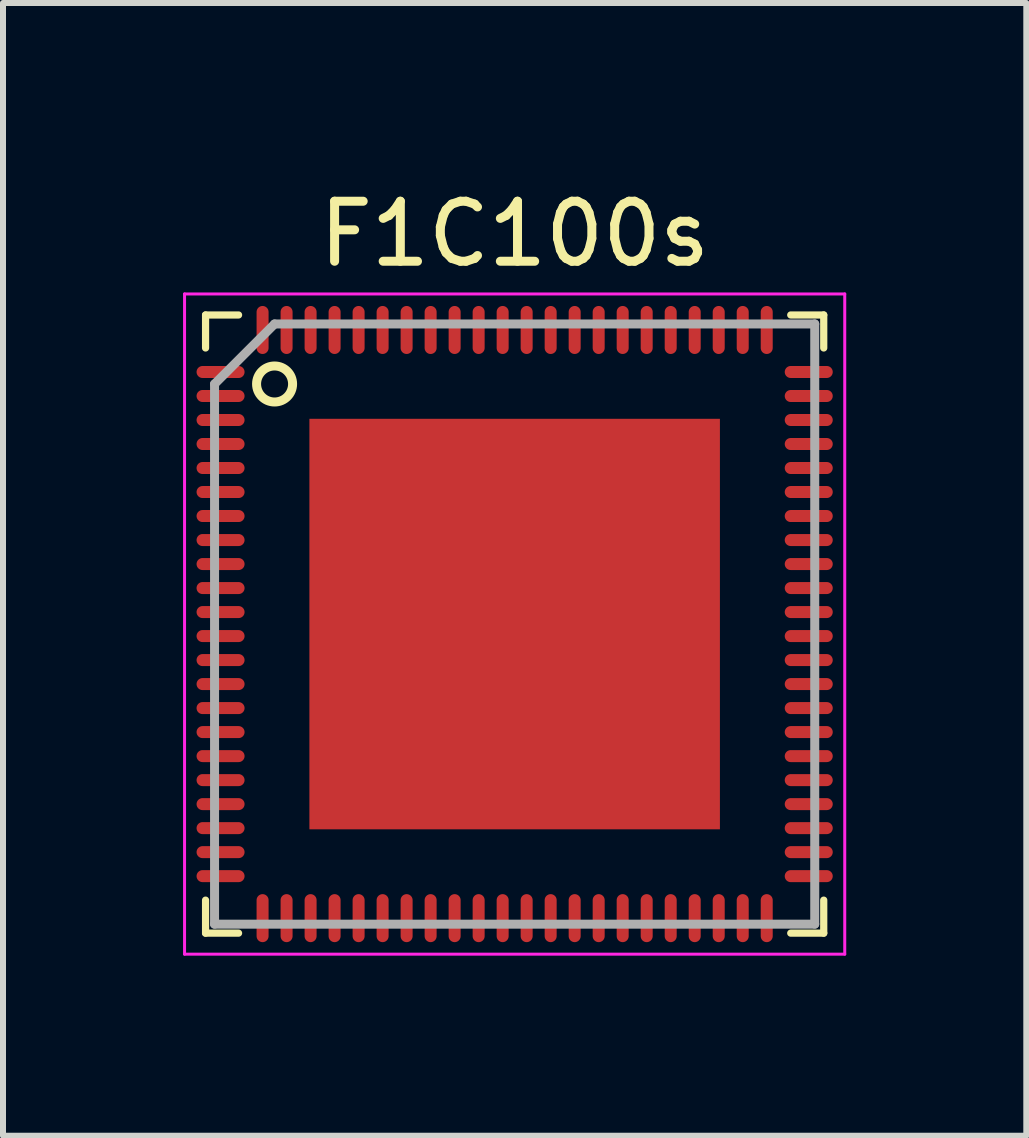
<source format=kicad_pcb>
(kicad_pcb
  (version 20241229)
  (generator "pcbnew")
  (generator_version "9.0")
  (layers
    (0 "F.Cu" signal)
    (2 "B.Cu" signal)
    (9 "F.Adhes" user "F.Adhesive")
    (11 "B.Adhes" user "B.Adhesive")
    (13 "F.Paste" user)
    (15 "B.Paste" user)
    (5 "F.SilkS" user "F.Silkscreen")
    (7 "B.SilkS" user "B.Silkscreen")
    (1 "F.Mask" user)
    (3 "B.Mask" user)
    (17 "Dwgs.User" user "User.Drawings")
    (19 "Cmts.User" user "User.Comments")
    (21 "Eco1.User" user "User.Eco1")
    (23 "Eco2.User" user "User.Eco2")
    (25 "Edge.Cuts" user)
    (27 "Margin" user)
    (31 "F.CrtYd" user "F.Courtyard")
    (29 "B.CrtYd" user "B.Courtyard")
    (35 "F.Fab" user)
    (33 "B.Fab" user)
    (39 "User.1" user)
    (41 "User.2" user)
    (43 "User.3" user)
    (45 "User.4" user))
  (footprint "F1C100s"
    (layer "F.Cu")
    (at 5.525 7.348)
    (property "Reference" "F1C100s" (at 0 -6.5 0) (layer "F.SilkS") (effects (font (size 1 1) (thickness 0.15))))
    (attr smd)
    (fp_line (start -5.15 -4.6) (end -5.15 -5.15) (stroke (width 0.12) (type solid)) (layer "F.SilkS"))
    (fp_line (start -5.15 5.15) (end -5.15 4.6) (stroke (width 0.12) (type solid)) (layer "F.SilkS"))
    (fp_line (start -4.6 -5.15) (end -5.15 -5.15) (stroke (width 0.12) (type solid)) (layer "F.SilkS"))
    (fp_line (start -4.6 5.15) (end -5.15 5.15) (stroke (width 0.12) (type solid)) (layer "F.SilkS"))
    (fp_line (start 4.6 -5.15) (end 5.15 -5.15) (stroke (width 0.12) (type solid)) (layer "F.SilkS"))
    (fp_line (start 4.6 5.15) (end 5.15 5.15) (stroke (width 0.12) (type solid)) (layer "F.SilkS"))
    (fp_line (start 5.15 -5.15) (end 5.15 -4.6) (stroke (width 0.12) (type solid)) (layer "F.SilkS"))
    (fp_line (start 5.15 5.15) (end 5.15 4.6) (stroke (width 0.12) (type solid)) (layer "F.SilkS"))
    (fp_circle (center -4 -4) (end -3.7 -4) (stroke (width 0.15) (type solid)) (fill no) (layer "F.SilkS"))
    (fp_line (start -5.5 -5.5) (end 5.5 -5.5) (stroke (width 0.05) (type solid)) (layer "F.CrtYd"))
    (fp_line (start -5.5 5.5) (end -5.5 -5.5) (stroke (width 0.05) (type solid)) (layer "F.CrtYd"))
    (fp_line (start 5.5 -5.5) (end 5.5 5.5) (stroke (width 0.05) (type solid)) (layer "F.CrtYd"))
    (fp_line (start 5.5 5.5) (end -5.5 5.5) (stroke (width 0.05) (type solid)) (layer "F.CrtYd"))
    (fp_line (start -5 -4) (end -5 5) (stroke (width 0.15) (type solid)) (layer "F.Fab"))
    (fp_line (start -5 5) (end 5 5) (stroke (width 0.15) (type solid)) (layer "F.Fab"))
    (fp_line (start -4 -5) (end -5 -4) (stroke (width 0.15) (type solid)) (layer "F.Fab"))
    (fp_line (start 5 -5) (end -4 -5) (stroke (width 0.15) (type solid)) (layer "F.Fab"))
    (fp_line (start 5 5) (end 5 -5) (stroke (width 0.15) (type solid)) (layer "F.Fab"))
    (pad "1" smd oval (at -4.9 -4.2 90) (size 0.2 0.8) (layers "F.Cu" "F.Mask" "F.Paste"))
    (pad "2" smd oval (at -4.9 -3.8 90) (size 0.2 0.8) (layers "F.Cu" "F.Mask" "F.Paste"))
    (pad "3" smd oval (at -4.9 -3.4 90) (size 0.2 0.8) (layers "F.Cu" "F.Mask" "F.Paste"))
    (pad "4" smd oval (at -4.9 -3 90) (size 0.2 0.8) (layers "F.Cu" "F.Mask" "F.Paste"))
    (pad "5" smd oval (at -4.9 -2.6 90) (size 0.2 0.8) (layers "F.Cu" "F.Mask" "F.Paste"))
    (pad "6" smd oval (at -4.9 -2.2 90) (size 0.2 0.8) (layers "F.Cu" "F.Mask" "F.Paste"))
    (pad "7" smd oval (at -4.9 -1.8 90) (size 0.2 0.8) (layers "F.Cu" "F.Mask" "F.Paste"))
    (pad "8" smd oval (at -4.9 -1.4 90) (size 0.2 0.8) (layers "F.Cu" "F.Mask" "F.Paste"))
    (pad "9" smd oval (at -4.9 -1 90) (size 0.2 0.8) (layers "F.Cu" "F.Mask" "F.Paste"))
    (pad "10" smd oval (at -4.9 -0.6 90) (size 0.2 0.8) (layers "F.Cu" "F.Mask" "F.Paste"))
    (pad "11" smd oval (at -4.9 -0.2 90) (size 0.2 0.8) (layers "F.Cu" "F.Mask" "F.Paste"))
    (pad "12" smd oval (at -4.9 0.2 90) (size 0.2 0.8) (layers "F.Cu" "F.Mask" "F.Paste"))
    (pad "13" smd oval (at -4.9 0.6 90) (size 0.2 0.8) (layers "F.Cu" "F.Mask" "F.Paste"))
    (pad "14" smd oval (at -4.9 1 90) (size 0.2 0.8) (layers "F.Cu" "F.Mask" "F.Paste"))
    (pad "15" smd oval (at -4.9 1.4 90) (size 0.2 0.8) (layers "F.Cu" "F.Mask" "F.Paste"))
    (pad "16" smd oval (at -4.9 1.8 90) (size 0.2 0.8) (layers "F.Cu" "F.Mask" "F.Paste"))
    (pad "17" smd oval (at -4.9 2.2 90) (size 0.2 0.8) (layers "F.Cu" "F.Mask" "F.Paste"))
    (pad "18" smd oval (at -4.9 2.6 90) (size 0.2 0.8) (layers "F.Cu" "F.Mask" "F.Paste"))
    (pad "19" smd oval (at -4.9 3 90) (size 0.2 0.8) (layers "F.Cu" "F.Mask" "F.Paste"))
    (pad "20" smd oval (at -4.9 3.4 90) (size 0.2 0.8) (layers "F.Cu" "F.Mask" "F.Paste"))
    (pad "21" smd oval (at -4.9 3.8 90) (size 0.2 0.8) (layers "F.Cu" "F.Mask" "F.Paste"))
    (pad "22" smd oval (at -4.9 4.2 90) (size 0.2 0.8) (layers "F.Cu" "F.Mask" "F.Paste"))
    (pad "23" smd oval (at -4.2 4.9) (size 0.2 0.8) (layers "F.Cu" "F.Mask" "F.Paste"))
    (pad "24" smd oval (at -3.8 4.9) (size 0.2 0.8) (layers "F.Cu" "F.Mask" "F.Paste"))
    (pad "25" smd oval (at -3.4 4.9) (size 0.2 0.8) (layers "F.Cu" "F.Mask" "F.Paste"))
    (pad "26" smd oval (at -3 4.9) (size 0.2 0.8) (layers "F.Cu" "F.Mask" "F.Paste"))
    (pad "27" smd oval (at -2.6 4.9) (size 0.2 0.8) (layers "F.Cu" "F.Mask" "F.Paste"))
    (pad "28" smd oval (at -2.2 4.9) (size 0.2 0.8) (layers "F.Cu" "F.Mask" "F.Paste"))
    (pad "29" smd oval (at -1.8 4.9) (size 0.2 0.8) (layers "F.Cu" "F.Mask" "F.Paste"))
    (pad "30" smd oval (at -1.4 4.9) (size 0.2 0.8) (layers "F.Cu" "F.Mask" "F.Paste"))
    (pad "31" smd oval (at -1 4.9) (size 0.2 0.8) (layers "F.Cu" "F.Mask" "F.Paste"))
    (pad "32" smd oval (at -0.6 4.9) (size 0.2 0.8) (layers "F.Cu" "F.Mask" "F.Paste"))
    (pad "33" smd oval (at -0.2 4.9) (size 0.2 0.8) (layers "F.Cu" "F.Mask" "F.Paste"))
    (pad "34" smd oval (at 0.2 4.9) (size 0.2 0.8) (layers "F.Cu" "F.Mask" "F.Paste"))
    (pad "35" smd oval (at 0.6 4.9) (size 0.2 0.8) (layers "F.Cu" "F.Mask" "F.Paste"))
    (pad "36" smd oval (at 1 4.9) (size 0.2 0.8) (layers "F.Cu" "F.Mask" "F.Paste"))
    (pad "37" smd oval (at 1.4 4.9) (size 0.2 0.8) (layers "F.Cu" "F.Mask" "F.Paste"))
    (pad "38" smd oval (at 1.8 4.9) (size 0.2 0.8) (layers "F.Cu" "F.Mask" "F.Paste"))
    (pad "39" smd oval (at 2.2 4.9) (size 0.2 0.8) (layers "F.Cu" "F.Mask" "F.Paste"))
    (pad "40" smd oval (at 2.6 4.9) (size 0.2 0.8) (layers "F.Cu" "F.Mask" "F.Paste"))
    (pad "41" smd oval (at 3 4.9) (size 0.2 0.8) (layers "F.Cu" "F.Mask" "F.Paste"))
    (pad "42" smd oval (at 3.4 4.9) (size 0.2 0.8) (layers "F.Cu" "F.Mask" "F.Paste"))
    (pad "43" smd oval (at 3.8 4.9) (size 0.2 0.8) (layers "F.Cu" "F.Mask" "F.Paste"))
    (pad "44" smd oval (at 4.2 4.9) (size 0.2 0.8) (layers "F.Cu" "F.Mask" "F.Paste"))
    (pad "45" smd oval (at 4.9 4.2 90) (size 0.2 0.8) (layers "F.Cu" "F.Mask" "F.Paste"))
    (pad "46" smd oval (at 4.9 3.8 90) (size 0.2 0.8) (layers "F.Cu" "F.Mask" "F.Paste"))
    (pad "47" smd oval (at 4.9 3.4 90) (size 0.2 0.8) (layers "F.Cu" "F.Mask" "F.Paste"))
    (pad "48" smd oval (at 4.9 3 90) (size 0.2 0.8) (layers "F.Cu" "F.Mask" "F.Paste"))
    (pad "49" smd oval (at 4.9 2.6 90) (size 0.2 0.8) (layers "F.Cu" "F.Mask" "F.Paste"))
    (pad "50" smd oval (at 4.9 2.2 90) (size 0.2 0.8) (layers "F.Cu" "F.Mask" "F.Paste"))
    (pad "51" smd oval (at 4.9 1.8 90) (size 0.2 0.8) (layers "F.Cu" "F.Mask" "F.Paste"))
    (pad "52" smd oval (at 4.9 1.4 90) (size 0.2 0.8) (layers "F.Cu" "F.Mask" "F.Paste"))
    (pad "53" smd oval (at 4.9 1 90) (size 0.2 0.8) (layers "F.Cu" "F.Mask" "F.Paste"))
    (pad "54" smd oval (at 4.9 0.6 90) (size 0.2 0.8) (layers "F.Cu" "F.Mask" "F.Paste"))
    (pad "55" smd oval (at 4.9 0.2 90) (size 0.2 0.8) (layers "F.Cu" "F.Mask" "F.Paste"))
    (pad "56" smd oval (at 4.9 -0.2 90) (size 0.2 0.8) (layers "F.Cu" "F.Mask" "F.Paste"))
    (pad "57" smd oval (at 4.9 -0.6 90) (size 0.2 0.8) (layers "F.Cu" "F.Mask" "F.Paste"))
    (pad "58" smd oval (at 4.9 -1 90) (size 0.2 0.8) (layers "F.Cu" "F.Mask" "F.Paste"))
    (pad "59" smd oval (at 4.9 -1.4 90) (size 0.2 0.8) (layers "F.Cu" "F.Mask" "F.Paste"))
    (pad "60" smd oval (at 4.9 -1.8 90) (size 0.2 0.8) (layers "F.Cu" "F.Mask" "F.Paste"))
    (pad "61" smd oval (at 4.9 -2.2 90) (size 0.2 0.8) (layers "F.Cu" "F.Mask" "F.Paste"))
    (pad "62" smd oval (at 4.9 -2.6 90) (size 0.2 0.8) (layers "F.Cu" "F.Mask" "F.Paste"))
    (pad "63" smd oval (at 4.9 -3 90) (size 0.2 0.8) (layers "F.Cu" "F.Mask" "F.Paste"))
    (pad "64" smd oval (at 4.9 -3.4 90) (size 0.2 0.8) (layers "F.Cu" "F.Mask" "F.Paste"))
    (pad "65" smd oval (at 4.9 -3.8 90) (size 0.2 0.8) (layers "F.Cu" "F.Mask" "F.Paste"))
    (pad "66" smd oval (at 4.9 -4.2 90) (size 0.2 0.8) (layers "F.Cu" "F.Mask" "F.Paste"))
    (pad "67" smd oval (at 4.2 -4.9) (size 0.2 0.8) (layers "F.Cu" "F.Mask" "F.Paste"))
    (pad "68" smd oval (at 3.8 -4.9) (size 0.2 0.8) (layers "F.Cu" "F.Mask" "F.Paste"))
    (pad "69" smd oval (at 3.4 -4.9) (size 0.2 0.8) (layers "F.Cu" "F.Mask" "F.Paste"))
    (pad "70" smd oval (at 3 -4.9) (size 0.2 0.8) (layers "F.Cu" "F.Mask" "F.Paste"))
    (pad "71" smd oval (at 2.6 -4.9) (size 0.2 0.8) (layers "F.Cu" "F.Mask" "F.Paste"))
    (pad "72" smd oval (at 2.2 -4.9) (size 0.2 0.8) (layers "F.Cu" "F.Mask" "F.Paste"))
    (pad "73" smd oval (at 1.8 -4.9) (size 0.2 0.8) (layers "F.Cu" "F.Mask" "F.Paste"))
    (pad "74" smd oval (at 1.4 -4.9) (size 0.2 0.8) (layers "F.Cu" "F.Mask" "F.Paste"))
    (pad "75" smd oval (at 1 -4.9) (size 0.2 0.8) (layers "F.Cu" "F.Mask" "F.Paste"))
    (pad "76" smd oval (at 0.6 -4.9) (size 0.2 0.8) (layers "F.Cu" "F.Mask" "F.Paste"))
    (pad "77" smd oval (at 0.2 -4.9) (size 0.2 0.8) (layers "F.Cu" "F.Mask" "F.Paste"))
    (pad "78" smd oval (at -0.2 -4.9) (size 0.2 0.8) (layers "F.Cu" "F.Mask" "F.Paste"))
    (pad "79" smd oval (at -0.6 -4.9) (size 0.2 0.8) (layers "F.Cu" "F.Mask" "F.Paste"))
    (pad "80" smd oval (at -1 -4.9) (size 0.2 0.8) (layers "F.Cu" "F.Mask" "F.Paste"))
    (pad "81" smd oval (at -1.4 -4.9) (size 0.2 0.8) (layers "F.Cu" "F.Mask" "F.Paste"))
    (pad "82" smd oval (at -1.8 -4.9) (size 0.2 0.8) (layers "F.Cu" "F.Mask" "F.Paste"))
    (pad "83" smd oval (at -2.2 -4.9) (size 0.2 0.8) (layers "F.Cu" "F.Mask" "F.Paste"))
    (pad "84" smd oval (at -2.6 -4.9) (size 0.2 0.8) (layers "F.Cu" "F.Mask" "F.Paste"))
    (pad "85" smd oval (at -3 -4.9) (size 0.2 0.8) (layers "F.Cu" "F.Mask" "F.Paste"))
    (pad "86" smd oval (at -3.4 -4.9) (size 0.2 0.8) (layers "F.Cu" "F.Mask" "F.Paste"))
    (pad "87" smd oval (at -3.8 -4.9) (size 0.2 0.8) (layers "F.Cu" "F.Mask" "F.Paste"))
    (pad "88" smd oval (at -4.2 -4.9) (size 0.2 0.8) (layers "F.Cu" "F.Mask" "F.Paste"))
    (pad "89" smd rect (at 0 0) (size 6.84 6.84) (layers "F.Cu" "F.Mask" "F.Paste")))
  (gr_rect
    (start -3 -3)
    (end 14.05 15.873)
    (stroke (width 0.1) (type default))
    (fill no)
    (layer "Edge.Cuts")))
</source>
